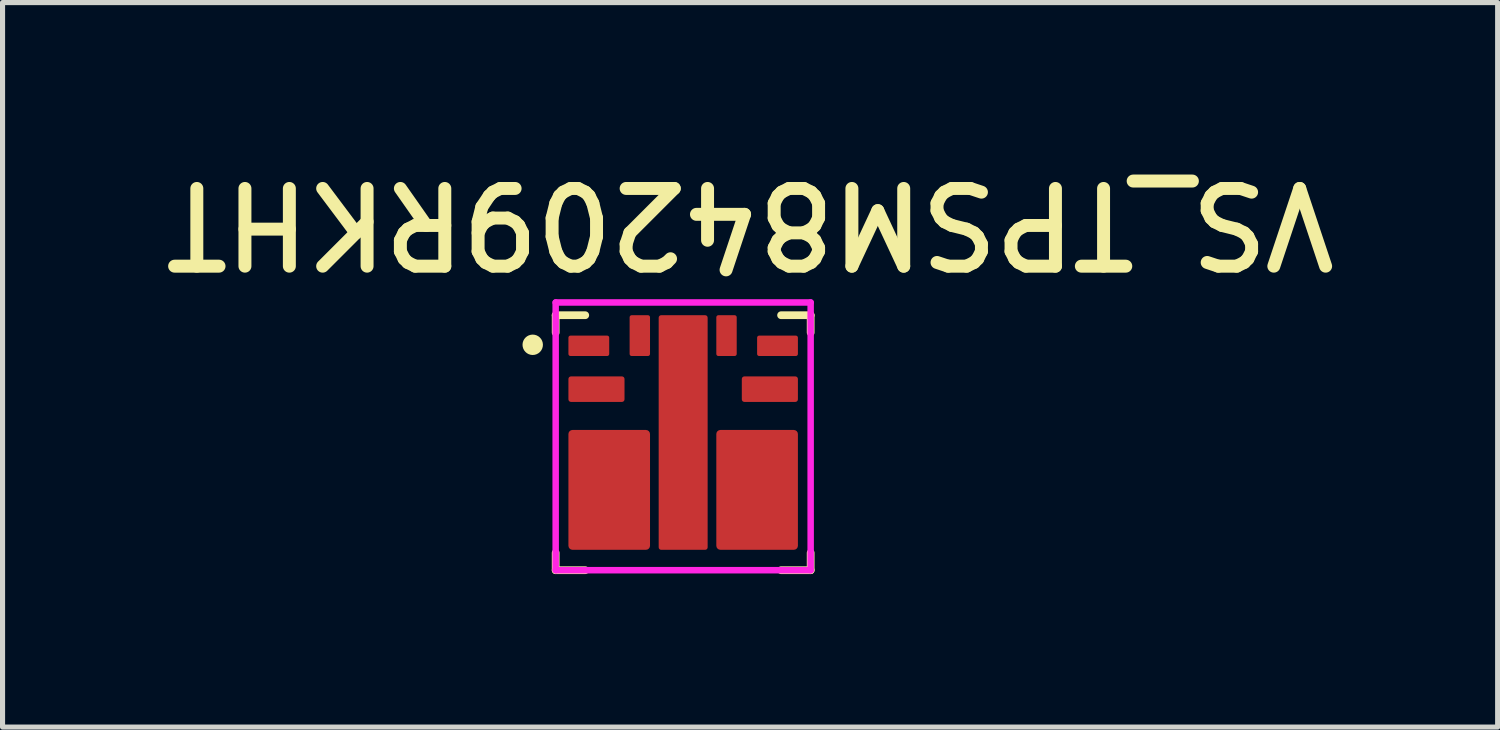
<source format=kicad_pcb>
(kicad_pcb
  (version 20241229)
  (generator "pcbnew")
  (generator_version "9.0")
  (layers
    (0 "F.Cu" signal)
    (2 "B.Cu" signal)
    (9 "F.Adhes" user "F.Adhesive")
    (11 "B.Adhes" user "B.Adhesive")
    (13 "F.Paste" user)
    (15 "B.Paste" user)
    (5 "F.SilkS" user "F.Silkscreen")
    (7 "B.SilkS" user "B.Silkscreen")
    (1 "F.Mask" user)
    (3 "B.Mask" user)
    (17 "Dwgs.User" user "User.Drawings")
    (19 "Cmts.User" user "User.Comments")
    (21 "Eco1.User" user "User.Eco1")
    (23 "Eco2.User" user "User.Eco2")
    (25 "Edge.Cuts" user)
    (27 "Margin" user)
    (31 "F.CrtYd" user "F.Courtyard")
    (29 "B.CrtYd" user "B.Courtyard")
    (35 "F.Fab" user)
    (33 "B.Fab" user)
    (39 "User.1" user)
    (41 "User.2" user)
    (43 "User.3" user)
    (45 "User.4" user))
  (footprint "VS_TPSM84209RKHT"
    (layer "F.Cu")
    (at 10.346 5.631)
    (property "Reference" "VS_TPSM84209RKHT" (at 1.313 -4.294 180) (unlocked yes) (layer "F.SilkS") (effects (font (size 1.524 1.524) (thickness 0.254))))
    (attr smd)
    (fp_poly (pts (xy -1.5 -1.752) (xy -2.203 -1.752) (xy -2.203 -2.05) (xy -1.5 -2.05)) (stroke (width 0) (type default)) (fill yes) (layer "F.Mask"))
    (fp_poly (pts (xy -1.5 0.1) (xy -2.201 0.1) (xy -2.201 -0.2) (xy -1.5 -0.2)) (stroke (width 0) (type default)) (fill yes) (layer "F.Mask"))
    (fp_poly (pts (xy -1.5 0.751) (xy -2.204 0.751) (xy -2.204 0.45) (xy -1.5 0.45)) (stroke (width 0) (type default)) (fill yes) (layer "F.Mask"))
    (fp_poly (pts (xy -1.5 1.401) (xy -2.201 1.401) (xy -2.201 1.1) (xy -1.5 1.1)) (stroke (width 0) (type default)) (fill yes) (layer "F.Mask"))
    (fp_poly (pts (xy -1.5 2.05) (xy -2.2 2.05) (xy -2.2 1.75) (xy -1.5 1.75)) (stroke (width 0) (type default)) (fill yes) (layer "F.Mask"))
    (fp_poly (pts (xy -1.2 -0.851) (xy -2.203 -0.851) (xy -2.203 -1.25) (xy -1.2 -1.25)) (stroke (width 0) (type default)) (fill yes) (layer "F.Mask"))
    (fp_poly (pts (xy -0.7 -1.752) (xy -1.001 -1.752) (xy -1.001 -2.45) (xy -0.7 -2.45)) (stroke (width 0) (type default)) (fill yes) (layer "F.Mask"))
    (fp_poly (pts (xy -0.7 2.053) (xy -1.827 2.053) (xy -1.827 -0.2) (xy -0.7 -0.2)) (stroke (width 0) (type default)) (fill yes) (layer "F.Mask"))
    (fp_poly (pts (xy 0.2 -1.421) (xy -0.2 -1.421) (xy -0.2 -2.48) (xy 0.2 -2.48)) (stroke (width 0) (type default)) (fill yes) (layer "F.Mask"))
    (fp_poly (pts (xy 1 -1.753) (xy 0.701 -1.753) (xy 0.701 -2.45) (xy 1 -2.45)) (stroke (width 0) (type default)) (fill yes) (layer "F.Mask"))
    (fp_poly (pts (xy 1.825 2.053) (xy 0.701 2.053) (xy 0.701 -0.2) (xy 1.825 -0.2)) (stroke (width 0) (type default)) (fill yes) (layer "F.Mask"))
    (fp_poly (pts (xy 2.2 -1.751) (xy 1.5 -1.751) (xy 1.5 -2.05) (xy 2.2 -2.05)) (stroke (width 0) (type default)) (fill yes) (layer "F.Mask"))
    (fp_poly (pts (xy 2.2 -0.851) (xy 1.202 -0.851) (xy 1.202 -1.25) (xy 2.2 -1.25)) (stroke (width 0) (type default)) (fill yes) (layer "F.Mask"))
    (fp_poly (pts (xy 2.2 0.1) (xy 1.501 0.1) (xy 1.501 -0.2) (xy 2.2 -0.2)) (stroke (width 0) (type default)) (fill yes) (layer "F.Mask"))
    (fp_poly (pts (xy 2.2 0.75) (xy 1.501 0.75) (xy 1.501 0.45) (xy 2.2 0.45)) (stroke (width 0) (type default)) (fill yes) (layer "F.Mask"))
    (fp_poly (pts (xy 2.2 1.403) (xy 1.503 1.403) (xy 1.503 1.1) (xy 2.2 1.1)) (stroke (width 0) (type default)) (fill yes) (layer "F.Mask"))
    (fp_poly (pts (xy 2.2 2.054) (xy 1.503 2.054) (xy 1.503 1.75) (xy 2.2 1.75)) (stroke (width 0) (type default)) (fill yes) (layer "F.Mask"))
    (fp_line (start -2.5 -2.16) (end -2.5 -2.5) (stroke (width 0.152) (type solid)) (layer "F.SilkS"))
    (fp_line (start -2.5 2.5) (end -2.5 2.16) (stroke (width 0.152) (type solid)) (layer "F.SilkS"))
    (fp_line (start -1.92 -2.5) (end -2.5 -2.5) (stroke (width 0.152) (type solid)) (layer "F.SilkS"))
    (fp_line (start -1.92 2.5) (end -2.5 2.5) (stroke (width 0.152) (type solid)) (layer "F.SilkS"))
    (fp_line (start 2.5 -2.5) (end 1.92 -2.5) (stroke (width 0.152) (type solid)) (layer "F.SilkS"))
    (fp_line (start 2.5 -2.16) (end 2.5 -2.5) (stroke (width 0.152) (type solid)) (layer "F.SilkS"))
    (fp_line (start 2.5 2.5) (end 1.92 2.5) (stroke (width 0.152) (type solid)) (layer "F.SilkS"))
    (fp_line (start 2.5 2.5) (end 2.5 2.16) (stroke (width 0.152) (type solid)) (layer "F.SilkS"))
    (fp_circle (center -2.95 -1.92) (end -2.95 -2.02) (stroke (width 0.2) (type solid)) (fill no) (layer "F.SilkS"))
    (fp_poly (pts (xy -1.825 0.1) (xy -2.201 0.1) (xy -2.201 -0.2) (xy -1.825 -0.2)) (stroke (width 0) (type default)) (fill yes) (layer "F.Paste"))
    (fp_poly (pts (xy -1.825 0.75) (xy -2.201 0.75) (xy -2.201 0.45) (xy -1.825 0.45)) (stroke (width 0) (type default)) (fill yes) (layer "F.Paste"))
    (fp_poly (pts (xy -1.825 1.4) (xy -2.2 1.4) (xy -2.2 1.1) (xy -1.825 1.1)) (stroke (width 0) (type default)) (fill yes) (layer "F.Paste"))
    (fp_poly (pts (xy -1.825 2.052) (xy -2.203 2.052) (xy -2.203 1.75) (xy -1.825 1.75)) (stroke (width 0) (type default)) (fill yes) (layer "F.Paste"))
    (fp_poly (pts (xy -1.5 -1.753) (xy -2.204 -1.753) (xy -2.204 -2.05) (xy -1.5 -2.05)) (stroke (width 0) (type default)) (fill yes) (layer "F.Paste"))
    (fp_poly (pts (xy -1.2 -0.851) (xy -2.202 -0.851) (xy -2.202 -1.25) (xy -1.2 -1.25)) (stroke (width 0) (type default)) (fill yes) (layer "F.Paste"))
    (fp_poly (pts (xy -0.705 0.42) (xy -1.625 0.42) (xy -1.625 -0.19) (xy -0.705 -0.19)) (stroke (width 0) (type default)) (fill yes) (layer "F.Paste"))
    (fp_poly (pts (xy -0.705 1.231) (xy -1.627 1.231) (xy -1.627 0.62) (xy -0.705 0.62)) (stroke (width 0) (type default)) (fill yes) (layer "F.Paste"))
    (fp_poly (pts (xy -0.705 2.041) (xy -1.626 2.041) (xy -1.626 1.43) (xy -0.705 1.43)) (stroke (width 0) (type default)) (fill yes) (layer "F.Paste"))
    (fp_poly (pts (xy -0.7 -1.753) (xy -1.002 -1.753) (xy -1.002 -2.45) (xy -0.7 -2.45)) (stroke (width 0) (type default)) (fill yes) (layer "F.Paste"))
    (fp_poly (pts (xy 0.2 -1.421) (xy -0.2 -1.421) (xy -0.2 -2.48) (xy 0.2 -2.48)) (stroke (width 0) (type default)) (fill yes) (layer "F.Paste"))
    (fp_poly (pts (xy 1 -1.752) (xy 0.701 -1.752) (xy 0.701 -2.45) (xy 1 -2.45)) (stroke (width 0) (type default)) (fill yes) (layer "F.Paste"))
    (fp_poly (pts (xy 1.625 0.42) (xy 0.705 0.42) (xy 0.705 -0.19) (xy 1.625 -0.19)) (stroke (width 0) (type default)) (fill yes) (layer "F.Paste"))
    (fp_poly (pts (xy 1.625 1.231) (xy 0.705 1.231) (xy 0.705 0.62) (xy 1.625 0.62)) (stroke (width 0) (type default)) (fill yes) (layer "F.Paste"))
    (fp_poly (pts (xy 1.625 2.043) (xy 0.706 2.043) (xy 0.706 1.43) (xy 1.625 1.43)) (stroke (width 0) (type default)) (fill yes) (layer "F.Paste"))
    (fp_poly (pts (xy 2.2 -1.751) (xy 1.501 -1.751) (xy 1.501 -2.05) (xy 2.2 -2.05)) (stroke (width 0) (type default)) (fill yes) (layer "F.Paste"))
    (fp_poly (pts (xy 2.2 -0.851) (xy 1.202 -0.851) (xy 1.202 -1.25) (xy 2.2 -1.25)) (stroke (width 0) (type default)) (fill yes) (layer "F.Paste"))
    (fp_poly (pts (xy 2.2 0.1) (xy 1.826 0.1) (xy 1.826 -0.2) (xy 2.2 -0.2)) (stroke (width 0) (type default)) (fill yes) (layer "F.Paste"))
    (fp_poly (pts (xy 2.2 0.75) (xy 1.826 0.75) (xy 1.826 0.45) (xy 2.2 0.45)) (stroke (width 0) (type default)) (fill yes) (layer "F.Paste"))
    (fp_poly (pts (xy 2.2 1.401) (xy 1.826 1.401) (xy 1.826 1.1) (xy 2.2 1.1)) (stroke (width 0) (type default)) (fill yes) (layer "F.Paste"))
    (fp_poly (pts (xy 2.2 2.052) (xy 1.826 2.052) (xy 1.826 1.75) (xy 2.2 1.75)) (stroke (width 0) (type default)) (fill yes) (layer "F.Paste"))
    (fp_line (start -2.5 -2.75) (end 2.5 -2.75) (stroke (width 0.127) (type solid)) (layer "F.CrtYd"))
    (fp_line (start -2.5 2.5) (end -2.5 -2.75) (stroke (width 0.127) (type solid)) (layer "F.CrtYd"))
    (fp_line (start -2.5 2.5) (end 2.5 2.5) (stroke (width 0.127) (type solid)) (layer "F.CrtYd"))
    (fp_line (start 2.5 2.5) (end 2.5 -2.75) (stroke (width 0.127) (type solid)) (layer "F.CrtYd"))
    (fp_line (start -2 2.25) (end -2 -2.25) (stroke (width 0.127) (type solid)) (layer "User.13"))
    (fp_line (start 2 -2.25) (end -2 -2.25) (stroke (width 0.127) (type solid)) (layer "User.13"))
    (fp_line (start 2 2.25) (end -2 2.25) (stroke (width 0.127) (type solid)) (layer "User.13"))
    (fp_line (start 2 2.25) (end 2 -2.25) (stroke (width 0.127) (type solid)) (layer "User.13"))
    (pad "1" smd roundrect (at -1.85 -1.9 180) (size 0.8 0.4) (layers "F.Cu" "F.Paste") (roundrect_rratio 0.1))
    (pad "2" smd roundrect (at -1.7 -1.05 180) (size 1.1 0.5) (layers "F.Cu" "F.Paste") (roundrect_rratio 0.1))
    (pad "3" smd roundrect (at -1.45 0.925 180) (size 1.6 2.35) (layers "F.Cu" "F.Paste") (roundrect_rratio 0.05))
    (pad "4" smd roundrect (at 1.45 0.925 180) (size 1.6 2.35) (layers "F.Cu" "F.Paste") (roundrect_rratio 0.05))
    (pad "5" smd roundrect (at 1.7 -1.05 180) (size 1.1 0.5) (layers "F.Cu" "F.Paste") (roundrect_rratio 0.1))
    (pad "6" smd roundrect (at 1.85 -1.9 180) (size 0.8 0.4) (layers "F.Cu" "F.Paste") (roundrect_rratio 0.1))
    (pad "7" smd roundrect (at 0.85 -2.1 270) (size 0.8 0.4) (layers "F.Cu" "F.Paste") (roundrect_rratio 0.1))
    (pad "8" smd roundrect (at 0 -0.2 180) (size 0.96 4.6) (layers "F.Cu" "F.Paste") (roundrect_rratio 0.05))
    (pad "9" smd roundrect (at -0.85 -2.1 270) (size 0.8 0.4) (layers "F.Cu" "F.Paste") (roundrect_rratio 0.1)))
  (gr_rect
    (start -3 -3)
    (end 26.317 11.207)
    (stroke (width 0.1) (type default))
    (fill no)
    (layer "Edge.Cuts")))
</source>
